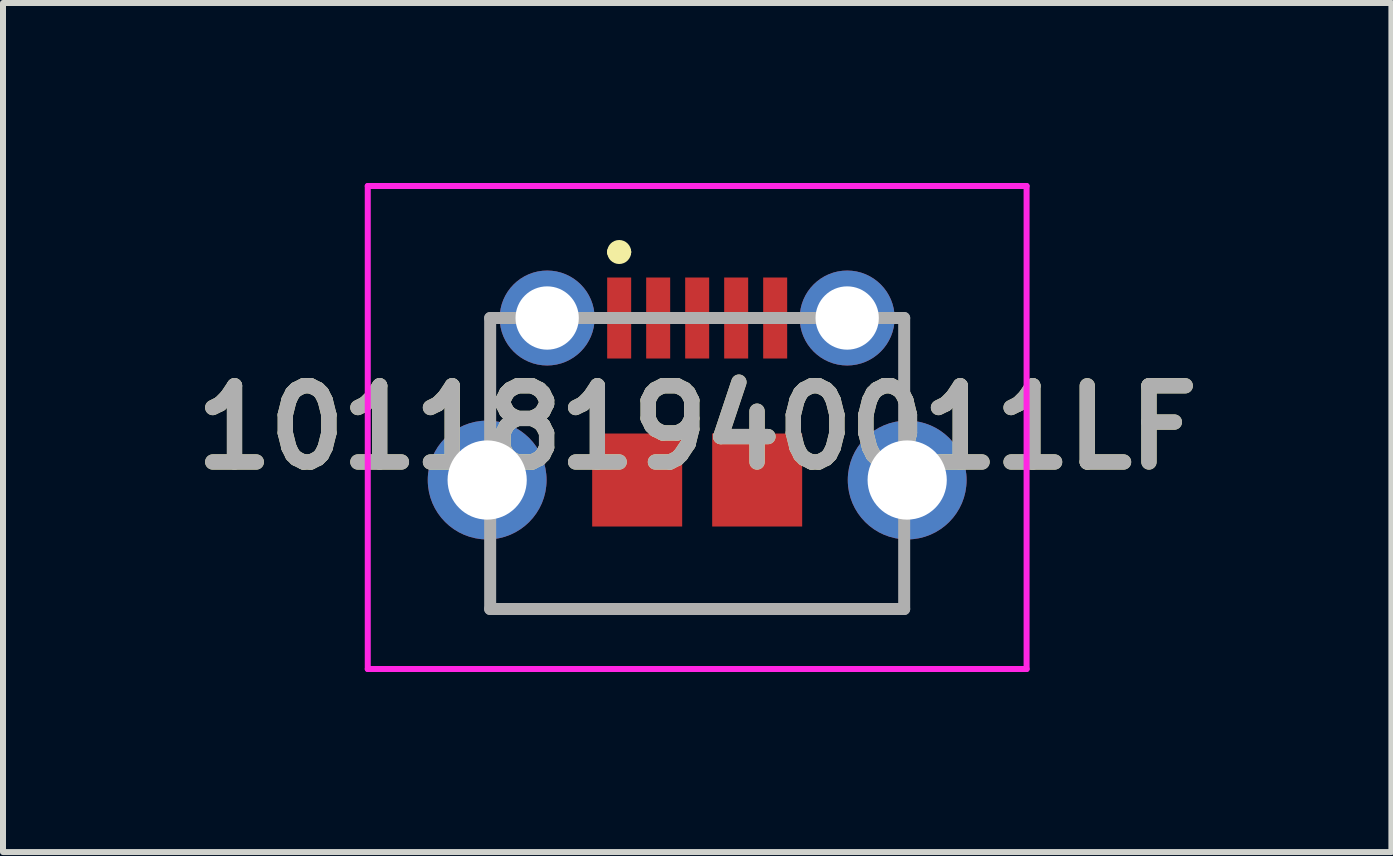
<source format=kicad_pcb>
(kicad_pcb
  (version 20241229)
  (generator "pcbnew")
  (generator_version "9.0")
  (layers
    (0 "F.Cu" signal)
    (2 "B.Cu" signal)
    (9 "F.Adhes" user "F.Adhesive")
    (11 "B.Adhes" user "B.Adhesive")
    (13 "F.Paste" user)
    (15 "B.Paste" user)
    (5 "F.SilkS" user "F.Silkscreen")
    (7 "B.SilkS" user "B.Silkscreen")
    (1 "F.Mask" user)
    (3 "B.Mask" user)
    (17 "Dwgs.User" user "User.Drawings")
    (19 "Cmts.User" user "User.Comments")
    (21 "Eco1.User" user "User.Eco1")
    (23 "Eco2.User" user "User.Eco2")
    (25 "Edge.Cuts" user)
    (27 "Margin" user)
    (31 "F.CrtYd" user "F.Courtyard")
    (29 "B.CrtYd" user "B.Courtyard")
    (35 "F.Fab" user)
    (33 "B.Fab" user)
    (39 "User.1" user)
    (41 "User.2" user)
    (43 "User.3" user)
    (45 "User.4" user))
  (footprint "101181940011LF"
    (layer "F.Cu")
    (at 8.569 4.075)
    (property "Reference" "101181940011LF" (at 0 0 0) (layer "F.SilkS") (effects (font (size 1.27 1.27) (thickness 0.254))))
    (attr through_hole)
    (fp_line (start -3.45 -0.625) (end -3.45 -1.825) (stroke (width 0.1) (type solid)) (layer "F.SilkS"))
    (fp_line (start -3.45 2.375) (end -3.45 3.025) (stroke (width 0.1) (type solid)) (layer "F.SilkS"))
    (fp_line (start -3.45 3.025) (end 3.45 3.025) (stroke (width 0.1) (type solid)) (layer "F.SilkS"))
    (fp_line (start -1.4 -2.925) (end -1.4 -2.925) (stroke (width 0.2) (type solid)) (layer "F.SilkS"))
    (fp_line (start -1.2 -2.925) (end -1.2 -2.925) (stroke (width 0.2) (type solid)) (layer "F.SilkS"))
    (fp_line (start 3.45 -0.625) (end 3.45 -1.825) (stroke (width 0.1) (type solid)) (layer "F.SilkS"))
    (fp_line (start 3.45 3.025) (end 3.45 2.375) (stroke (width 0.1) (type solid)) (layer "F.SilkS"))
    (fp_arc (start -1.4 -2.925) (mid -1.3 -3.025) (end -1.2 -2.925) (stroke (width 0.2) (type solid)) (layer "F.SilkS"))
    (fp_arc (start -1.2 -2.925) (mid -1.3 -2.825) (end -1.4 -2.925) (stroke (width 0.2) (type solid)) (layer "F.SilkS"))
    (fp_line (start -5.49 -4.025) (end 5.49 -4.025) (stroke (width 0.1) (type solid)) (layer "F.CrtYd"))
    (fp_line (start -5.49 4.025) (end -5.49 -4.025) (stroke (width 0.1) (type solid)) (layer "F.CrtYd"))
    (fp_line (start 5.49 -4.025) (end 5.49 4.025) (stroke (width 0.1) (type solid)) (layer "F.CrtYd"))
    (fp_line (start 5.49 4.025) (end -5.49 4.025) (stroke (width 0.1) (type solid)) (layer "F.CrtYd"))
    (fp_line (start -3.45 -1.825) (end -3.45 3.025) (stroke (width 0.2) (type solid)) (layer "F.Fab"))
    (fp_line (start -3.45 3.025) (end 3.45 3.025) (stroke (width 0.2) (type solid)) (layer "F.Fab"))
    (fp_line (start 3.45 -1.825) (end -3.45 -1.825) (stroke (width 0.2) (type solid)) (layer "F.Fab"))
    (fp_line (start 3.45 3.025) (end 3.45 -1.825) (stroke (width 0.2) (type solid)) (layer "F.Fab"))
    (fp_text user "${REFERENCE}" (at 0 0 0) (layer "F.Fab") (effects (font (size 1.27 1.27) (thickness 0.254))))
    (pad "1" smd rect (at -1.3 -1.825) (size 0.4 1.35) (layers "F.Cu" "F.Mask" "F.Paste"))
    (pad "2" smd rect (at -0.65 -1.825) (size 0.4 1.35) (layers "F.Cu" "F.Mask" "F.Paste"))
    (pad "3" smd rect (at 0 -1.825) (size 0.4 1.35) (layers "F.Cu" "F.Mask" "F.Paste"))
    (pad "4" smd rect (at 0.65 -1.825) (size 0.4 1.35) (layers "F.Cu" "F.Mask" "F.Paste"))
    (pad "5" smd rect (at 1.3 -1.825) (size 0.4 1.35) (layers "F.Cu" "F.Mask" "F.Paste"))
    (pad "6" thru_hole circle (at -2.5 -1.825) (size 1.582 1.582) (drill 1.055) (layers "*.Cu" "*.Mask"))
    (pad "7" thru_hole circle (at 2.5 -1.825) (size 1.582 1.582) (drill 1.055) (layers "*.Cu" "*.Mask"))
    (pad "8" thru_hole circle (at -3.5 0.875) (size 1.98 1.98) (drill 1.32) (layers "*.Cu" "*.Mask"))
    (pad "9" thru_hole circle (at 3.5 0.875) (size 1.98 1.98) (drill 1.32) (layers "*.Cu" "*.Mask"))
    (pad "10" smd rect (at -1 0.875) (size 1.5 1.55) (layers "F.Cu" "F.Mask" "F.Paste"))
    (pad "11" smd rect (at 1 0.875) (size 1.5 1.55) (layers "F.Cu" "F.Mask" "F.Paste")))
  (gr_rect
    (start -3 -3)
    (end 20.139 11.15)
    (stroke (width 0.1) (type default))
    (fill no)
    (layer "Edge.Cuts")))
</source>
